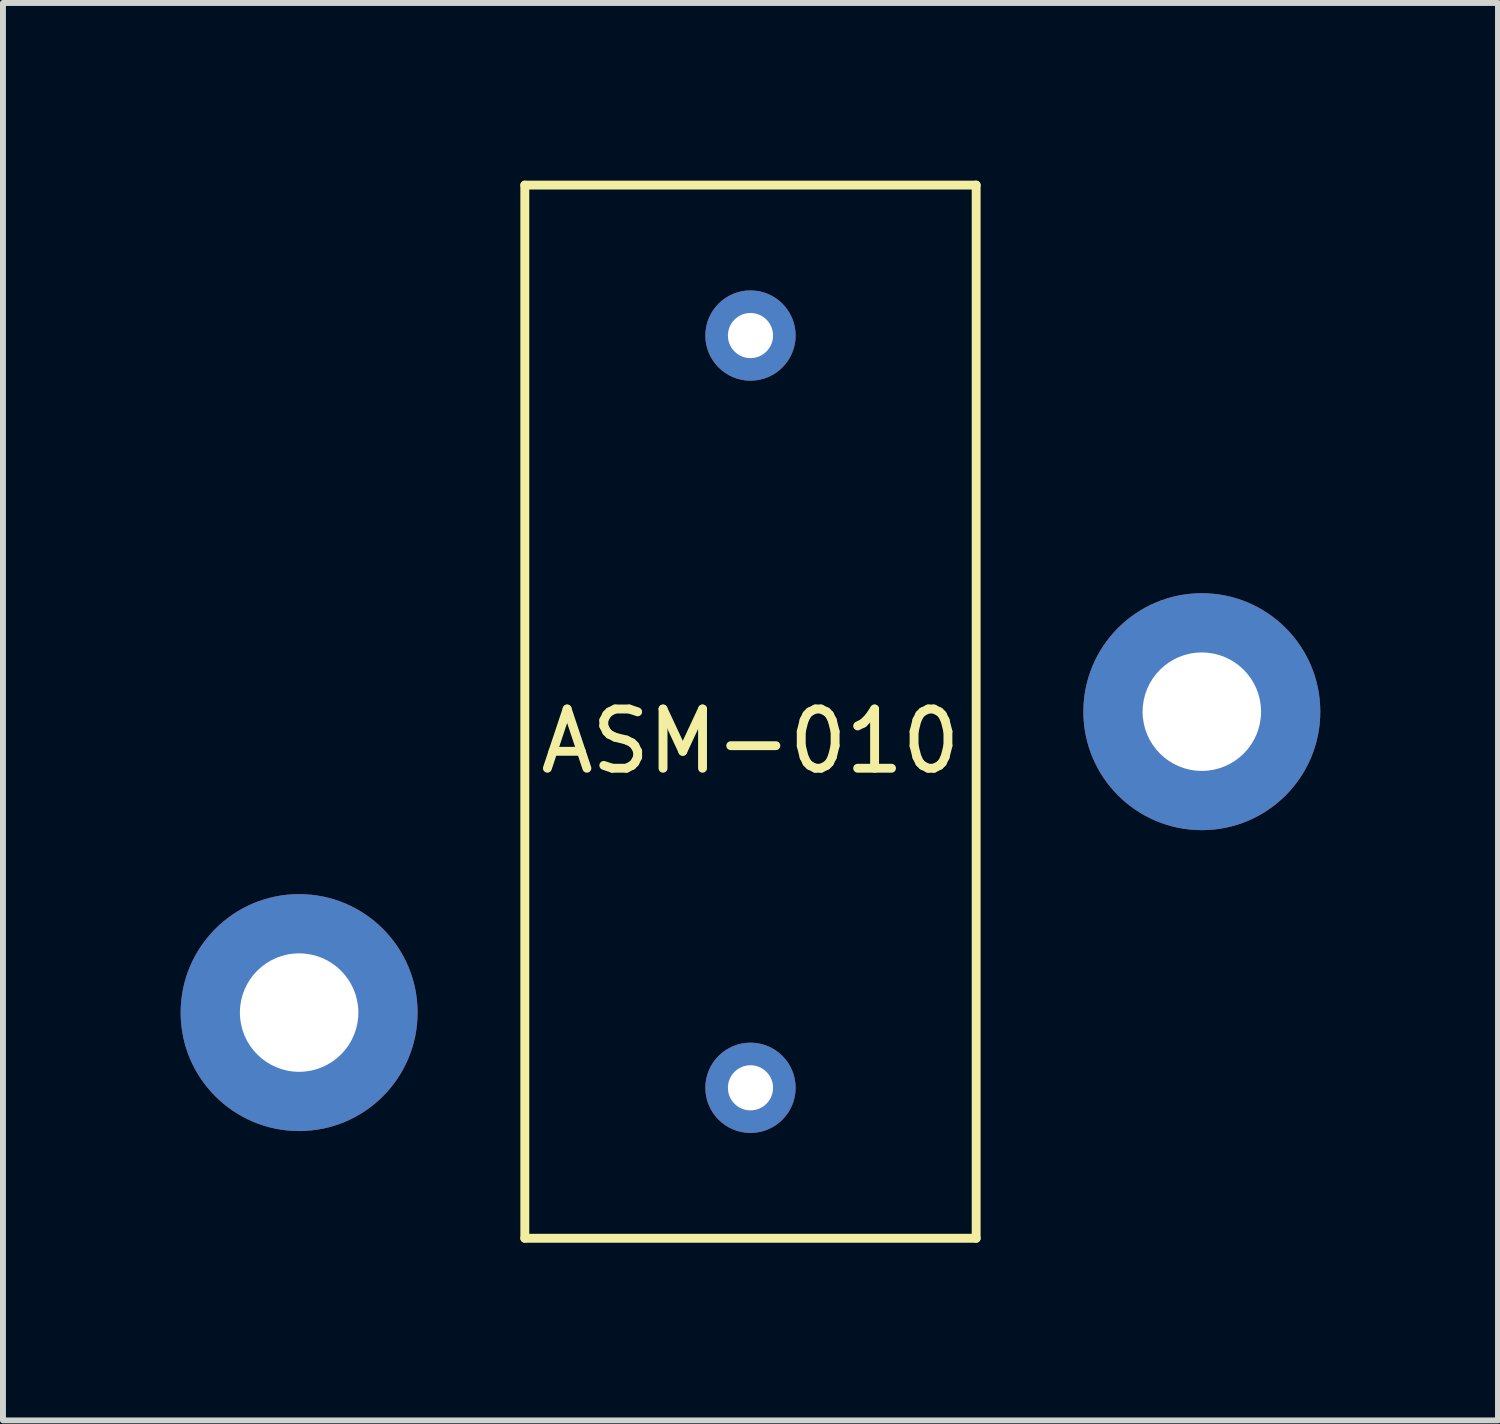
<source format=kicad_pcb>
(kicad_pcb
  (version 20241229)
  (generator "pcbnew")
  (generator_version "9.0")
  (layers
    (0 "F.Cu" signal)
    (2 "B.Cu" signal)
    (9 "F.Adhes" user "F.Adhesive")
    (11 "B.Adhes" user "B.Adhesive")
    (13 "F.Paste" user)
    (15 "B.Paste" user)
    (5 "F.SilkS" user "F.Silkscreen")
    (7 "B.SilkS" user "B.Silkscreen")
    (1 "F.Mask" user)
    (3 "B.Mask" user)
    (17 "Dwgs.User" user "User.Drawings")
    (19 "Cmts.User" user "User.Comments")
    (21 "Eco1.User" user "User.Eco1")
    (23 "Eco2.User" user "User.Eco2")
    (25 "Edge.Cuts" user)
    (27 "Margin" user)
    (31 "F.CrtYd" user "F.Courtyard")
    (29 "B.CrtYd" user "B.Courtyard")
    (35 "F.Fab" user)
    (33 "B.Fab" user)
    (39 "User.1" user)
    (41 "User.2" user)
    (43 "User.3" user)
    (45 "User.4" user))
  (footprint "ASM-010"
    (layer "F.Cu")
    (at 9.62 8.965)
    (property "Reference" "ASM-010" (at 0 0.5 0) (layer "F.SilkS") (effects (font (size 1 1) (thickness 0.15))))
    (attr through_hole)
    (fp_line (start -3.81 -8.89) (end 3.81 -8.89) (stroke (width 0.15) (type solid)) (layer "F.SilkS"))
    (fp_line (start -3.81 8.89) (end -3.81 -8.89) (stroke (width 0.15) (type solid)) (layer "F.SilkS"))
    (fp_line (start 3.81 -8.89) (end 3.81 8.89) (stroke (width 0.15) (type solid)) (layer "F.SilkS"))
    (fp_line (start 3.81 8.89) (end -3.81 8.89) (stroke (width 0.15) (type solid)) (layer "F.SilkS"))
    (pad "1" thru_hole circle (at 0 6.35) (size 1.524 1.524) (drill 0.762) (layers "*.Cu" "*.Mask"))
    (pad "2" thru_hole circle (at 0 -6.35) (size 1.524 1.524) (drill 0.762) (layers "*.Cu" "*.Mask"))
    (pad "3" thru_hole circle (at -7.62 5.08) (size 4 4) (drill 2) (layers "*.Cu" "*.Mask"))
    (pad "4" thru_hole circle (at 7.62 0) (size 4 4) (drill 2) (layers "*.Cu" "*.Mask")))
  (gr_rect
    (start -3 -3)
    (end 22.24 20.93)
    (stroke (width 0.1) (type default))
    (fill no)
    (layer "Edge.Cuts")))
</source>
